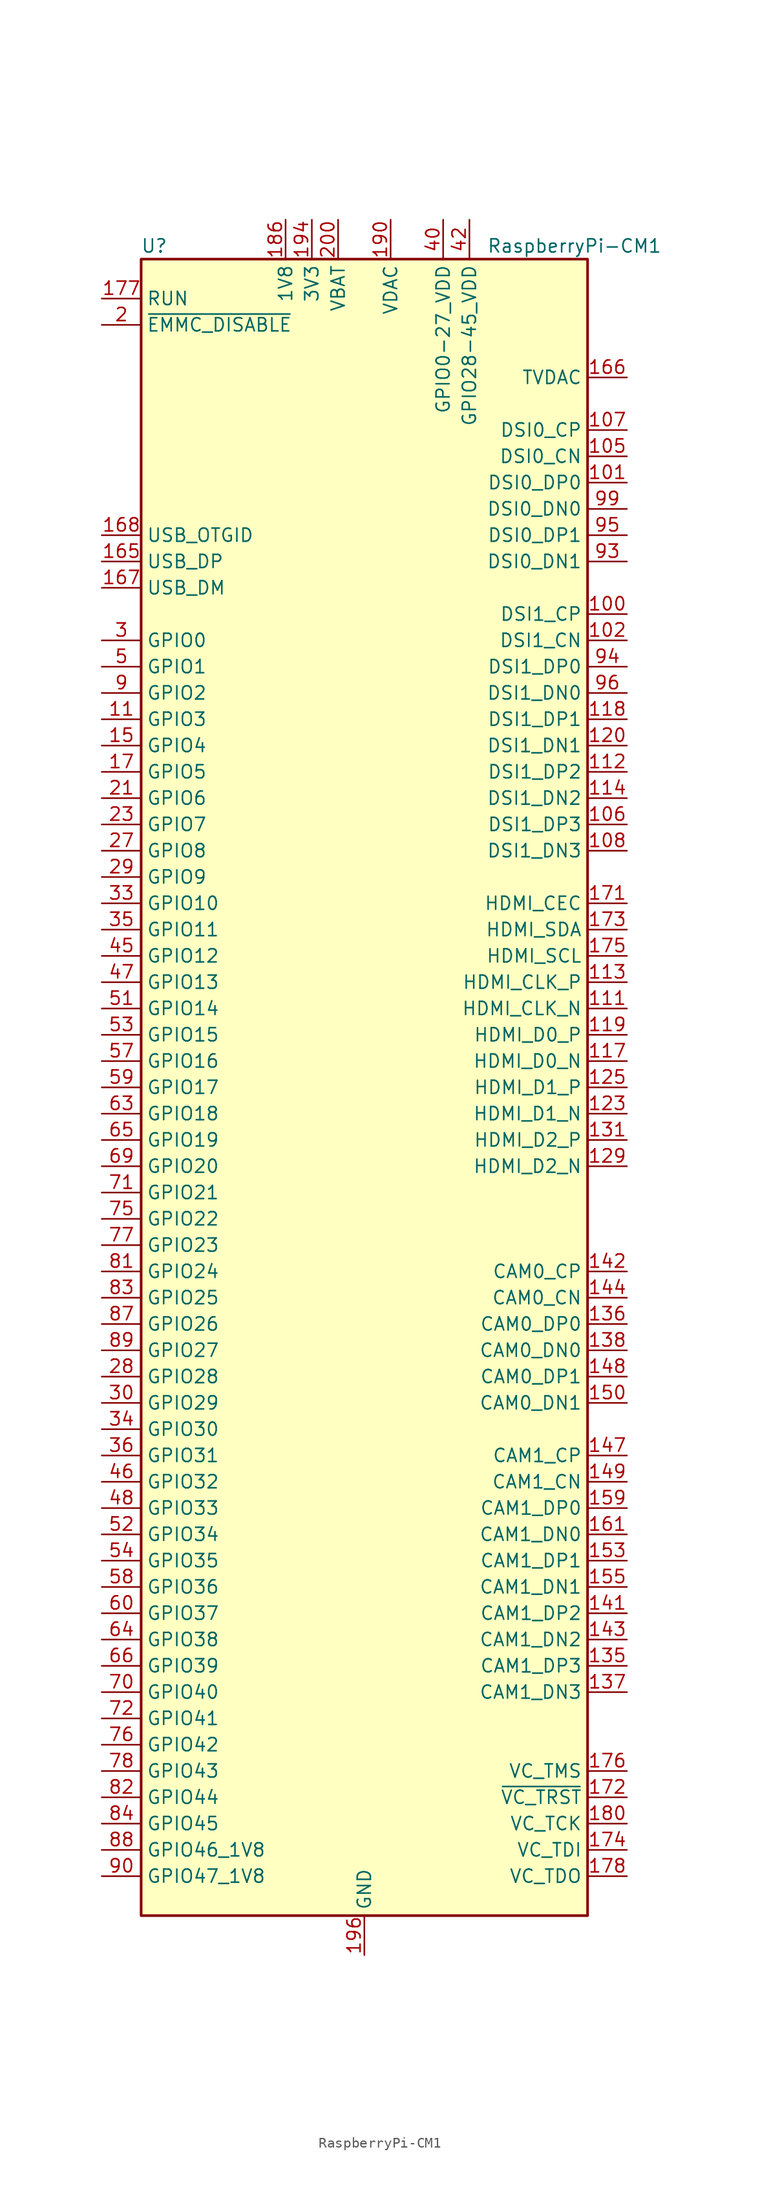
<source format=kicad_sym>
(kicad_symbol_lib
  (version 20200908)
  (generator kicad_symbol_editor)
  (symbol "MCU_Module:RaspberryPi-CM1"
    (property "Reference" "U"
      (at -20.32 81.28 0)
      (effects (font (size 1.27 1.27))))
    (property "Value" "RaspberryPi-CM1"
      (at 20.32 81.28 0)
      (effects (font (size 1.27 1.27))))
    (symbol "RaspberryPi-CM1_0_1"
      (rectangle (start -21.59 80.01) (end 21.59 -80.01) (stroke (width 0.254)) (fill (type background))))
    (symbol "RaspberryPi-CM1_1_1"
      (pin passive line (at 0 -83.82 90) (length 3.81) hide (name "GND" (effects (font (size 1.27 1.27)))) (number "1" (effects (font (size 1.27 1.27)))))
      (pin unconnected line (at -20.32 71.12 0) (length 2.54) hide (name "NC" (effects (font (size 1.27 1.27)))) (number "10" (effects (font (size 1.27 1.27)))))
      (pin output line (at 25.4 45.72 180) (length 3.81) (name "DSI1_CP" (effects (font (size 1.27 1.27)))) (number "100" (effects (font (size 1.27 1.27)))))
      (pin output line (at 25.4 58.42 180) (length 3.81) (name "DSI0_DP0" (effects (font (size 1.27 1.27)))) (number "101" (effects (font (size 1.27 1.27)))))
      (pin output line (at 25.4 43.18 180) (length 3.81) (name "DSI1_CN" (effects (font (size 1.27 1.27)))) (number "102" (effects (font (size 1.27 1.27)))))
      (pin passive line (at 0 -83.82 90) (length 3.81) hide (name "GND" (effects (font (size 1.27 1.27)))) (number "103" (effects (font (size 1.27 1.27)))))
      (pin passive line (at 0 -83.82 90) (length 3.81) hide (name "GND" (effects (font (size 1.27 1.27)))) (number "104" (effects (font (size 1.27 1.27)))))
      (pin output line (at 25.4 60.96 180) (length 3.81) (name "DSI0_CN" (effects (font (size 1.27 1.27)))) (number "105" (effects (font (size 1.27 1.27)))))
      (pin output line (at 25.4 25.4 180) (length 3.81) (name "DSI1_DP3" (effects (font (size 1.27 1.27)))) (number "106" (effects (font (size 1.27 1.27)))))
      (pin output line (at 25.4 63.5 180) (length 3.81) (name "DSI0_CP" (effects (font (size 1.27 1.27)))) (number "107" (effects (font (size 1.27 1.27)))))
      (pin output line (at 25.4 22.86 180) (length 3.81) (name "DSI1_DN3" (effects (font (size 1.27 1.27)))) (number "108" (effects (font (size 1.27 1.27)))))
      (pin passive line (at 0 -83.82 90) (length 3.81) hide (name "GND" (effects (font (size 1.27 1.27)))) (number "109" (effects (font (size 1.27 1.27)))))
      (pin bidirectional line (at -25.4 35.56 0) (length 3.81) (name "GPIO3" (effects (font (size 1.27 1.27)))) (number "11" (effects (font (size 1.27 1.27)))))
      (pin passive line (at 0 -83.82 90) (length 3.81) hide (name "GND" (effects (font (size 1.27 1.27)))) (number "110" (effects (font (size 1.27 1.27)))))
      (pin output line (at 25.4 7.62 180) (length 3.81) (name "HDMI_CLK_N" (effects (font (size 1.27 1.27)))) (number "111" (effects (font (size 1.27 1.27)))))
      (pin output line (at 25.4 30.48 180) (length 3.81) (name "DSI1_DP2" (effects (font (size 1.27 1.27)))) (number "112" (effects (font (size 1.27 1.27)))))
      (pin output line (at 25.4 10.16 180) (length 3.81) (name "HDMI_CLK_P" (effects (font (size 1.27 1.27)))) (number "113" (effects (font (size 1.27 1.27)))))
      (pin output line (at 25.4 27.94 180) (length 3.81) (name "DSI1_DN2" (effects (font (size 1.27 1.27)))) (number "114" (effects (font (size 1.27 1.27)))))
      (pin passive line (at 0 -83.82 90) (length 3.81) hide (name "GND" (effects (font (size 1.27 1.27)))) (number "115" (effects (font (size 1.27 1.27)))))
      (pin passive line (at 0 -83.82 90) (length 3.81) hide (name "GND" (effects (font (size 1.27 1.27)))) (number "116" (effects (font (size 1.27 1.27)))))
      (pin output line (at 25.4 2.54 180) (length 3.81) (name "HDMI_D0_N" (effects (font (size 1.27 1.27)))) (number "117" (effects (font (size 1.27 1.27)))))
      (pin output line (at 25.4 35.56 180) (length 3.81) (name "DSI1_DP1" (effects (font (size 1.27 1.27)))) (number "118" (effects (font (size 1.27 1.27)))))
      (pin output line (at 25.4 5.08 180) (length 3.81) (name "HDMI_D0_P" (effects (font (size 1.27 1.27)))) (number "119" (effects (font (size 1.27 1.27)))))
      (pin unconnected line (at -20.32 68.58 0) (length 2.54) hide (name "NC" (effects (font (size 1.27 1.27)))) (number "12" (effects (font (size 1.27 1.27)))))
      (pin output line (at 25.4 33.02 180) (length 3.81) (name "DSI1_DN1" (effects (font (size 1.27 1.27)))) (number "120" (effects (font (size 1.27 1.27)))))
      (pin passive line (at 0 -83.82 90) (length 3.81) hide (name "GND" (effects (font (size 1.27 1.27)))) (number "121" (effects (font (size 1.27 1.27)))))
      (pin passive line (at 0 -83.82 90) (length 3.81) hide (name "GND" (effects (font (size 1.27 1.27)))) (number "122" (effects (font (size 1.27 1.27)))))
      (pin output line (at 25.4 -2.54 180) (length 3.81) (name "HDMI_D1_N" (effects (font (size 1.27 1.27)))) (number "123" (effects (font (size 1.27 1.27)))))
      (pin unconnected line (at 20.32 76.2 180) (length 2.54) hide (name "NC" (effects (font (size 1.27 1.27)))) (number "124" (effects (font (size 1.27 1.27)))))
      (pin output line (at 25.4 0 180) (length 3.81) (name "HDMI_D1_P" (effects (font (size 1.27 1.27)))) (number "125" (effects (font (size 1.27 1.27)))))
      (pin unconnected line (at 20.32 73.66 180) (length 2.54) hide (name "NC" (effects (font (size 1.27 1.27)))) (number "126" (effects (font (size 1.27 1.27)))))
      (pin passive line (at 0 -83.82 90) (length 3.81) hide (name "GND" (effects (font (size 1.27 1.27)))) (number "127" (effects (font (size 1.27 1.27)))))
      (pin unconnected line (at 20.32 71.12 180) (length 2.54) hide (name "NC" (effects (font (size 1.27 1.27)))) (number "128" (effects (font (size 1.27 1.27)))))
      (pin output line (at 25.4 -7.62 180) (length 3.81) (name "HDMI_D2_N" (effects (font (size 1.27 1.27)))) (number "129" (effects (font (size 1.27 1.27)))))
      (pin passive line (at 0 -83.82 90) (length 3.81) hide (name "GND" (effects (font (size 1.27 1.27)))) (number "13" (effects (font (size 1.27 1.27)))))
      (pin unconnected line (at 20.32 66.04 180) (length 2.54) hide (name "NC" (effects (font (size 1.27 1.27)))) (number "130" (effects (font (size 1.27 1.27)))))
      (pin output line (at 25.4 -5.08 180) (length 3.81) (name "HDMI_D2_P" (effects (font (size 1.27 1.27)))) (number "131" (effects (font (size 1.27 1.27)))))
      (pin unconnected line (at 20.32 48.26 180) (length 2.54) hide (name "NC" (effects (font (size 1.27 1.27)))) (number "132" (effects (font (size 1.27 1.27)))))
      (pin passive line (at 0 -83.82 90) (length 3.81) hide (name "GND" (effects (font (size 1.27 1.27)))) (number "133" (effects (font (size 1.27 1.27)))))
      (pin passive line (at 0 -83.82 90) (length 3.81) hide (name "GND" (effects (font (size 1.27 1.27)))) (number "134" (effects (font (size 1.27 1.27)))))
      (pin input line (at 25.4 -55.88 180) (length 3.81) (name "CAM1_DP3" (effects (font (size 1.27 1.27)))) (number "135" (effects (font (size 1.27 1.27)))))
      (pin input line (at 25.4 -22.86 180) (length 3.81) (name "CAM0_DP0" (effects (font (size 1.27 1.27)))) (number "136" (effects (font (size 1.27 1.27)))))
      (pin input line (at 25.4 -58.42 180) (length 3.81) (name "CAM1_DN3" (effects (font (size 1.27 1.27)))) (number "137" (effects (font (size 1.27 1.27)))))
      (pin input line (at 25.4 -25.4 180) (length 3.81) (name "CAM0_DN0" (effects (font (size 1.27 1.27)))) (number "138" (effects (font (size 1.27 1.27)))))
      (pin passive line (at 0 -83.82 90) (length 3.81) hide (name "GND" (effects (font (size 1.27 1.27)))) (number "139" (effects (font (size 1.27 1.27)))))
      (pin unconnected line (at 5.08 -78.74 90) (length 2.54) hide (name "NC" (effects (font (size 1.27 1.27)))) (number "14" (effects (font (size 1.27 1.27)))))
      (pin passive line (at 0 -83.82 90) (length 3.81) hide (name "GND" (effects (font (size 1.27 1.27)))) (number "140" (effects (font (size 1.27 1.27)))))
      (pin input line (at 25.4 -50.8 180) (length 3.81) (name "CAM1_DP2" (effects (font (size 1.27 1.27)))) (number "141" (effects (font (size 1.27 1.27)))))
      (pin input line (at 25.4 -17.78 180) (length 3.81) (name "CAM0_CP" (effects (font (size 1.27 1.27)))) (number "142" (effects (font (size 1.27 1.27)))))
      (pin input line (at 25.4 -53.34 180) (length 3.81) (name "CAM1_DN2" (effects (font (size 1.27 1.27)))) (number "143" (effects (font (size 1.27 1.27)))))
      (pin input line (at 25.4 -20.32 180) (length 3.81) (name "CAM0_CN" (effects (font (size 1.27 1.27)))) (number "144" (effects (font (size 1.27 1.27)))))
      (pin passive line (at 0 -83.82 90) (length 3.81) hide (name "GND" (effects (font (size 1.27 1.27)))) (number "145" (effects (font (size 1.27 1.27)))))
      (pin passive line (at 0 -83.82 90) (length 3.81) hide (name "GND" (effects (font (size 1.27 1.27)))) (number "146" (effects (font (size 1.27 1.27)))))
      (pin input line (at 25.4 -35.56 180) (length 3.81) (name "CAM1_CP" (effects (font (size 1.27 1.27)))) (number "147" (effects (font (size 1.27 1.27)))))
      (pin input line (at 25.4 -27.94 180) (length 3.81) (name "CAM0_DP1" (effects (font (size 1.27 1.27)))) (number "148" (effects (font (size 1.27 1.27)))))
      (pin input line (at 25.4 -38.1 180) (length 3.81) (name "CAM1_CN" (effects (font (size 1.27 1.27)))) (number "149" (effects (font (size 1.27 1.27)))))
      (pin bidirectional line (at -25.4 33.02 0) (length 3.81) (name "GPIO4" (effects (font (size 1.27 1.27)))) (number "15" (effects (font (size 1.27 1.27)))))
      (pin input line (at 25.4 -30.48 180) (length 3.81) (name "CAM0_DN1" (effects (font (size 1.27 1.27)))) (number "150" (effects (font (size 1.27 1.27)))))
      (pin passive line (at 0 -83.82 90) (length 3.81) hide (name "GND" (effects (font (size 1.27 1.27)))) (number "151" (effects (font (size 1.27 1.27)))))
      (pin passive line (at 0 -83.82 90) (length 3.81) hide (name "GND" (effects (font (size 1.27 1.27)))) (number "152" (effects (font (size 1.27 1.27)))))
      (pin input line (at 25.4 -45.72 180) (length 3.81) (name "CAM1_DP1" (effects (font (size 1.27 1.27)))) (number "153" (effects (font (size 1.27 1.27)))))
      (pin unconnected line (at 20.32 -15.24 180) (length 2.54) hide (name "NC" (effects (font (size 1.27 1.27)))) (number "154" (effects (font (size 1.27 1.27)))))
      (pin input line (at 25.4 -48.26 180) (length 3.81) (name "CAM1_DN1" (effects (font (size 1.27 1.27)))) (number "155" (effects (font (size 1.27 1.27)))))
      (pin unconnected line (at 20.32 -12.7 180) (length 2.54) hide (name "NC" (effects (font (size 1.27 1.27)))) (number "156" (effects (font (size 1.27 1.27)))))
      (pin passive line (at 0 -83.82 90) (length 3.81) hide (name "GND" (effects (font (size 1.27 1.27)))) (number "157" (effects (font (size 1.27 1.27)))))
      (pin unconnected line (at 20.32 20.32 180) (length 2.54) hide (name "NC" (effects (font (size 1.27 1.27)))) (number "158" (effects (font (size 1.27 1.27)))))
      (pin input line (at 25.4 -40.64 180) (length 3.81) (name "CAM1_DP0" (effects (font (size 1.27 1.27)))) (number "159" (effects (font (size 1.27 1.27)))))
      (pin unconnected line (at -20.32 66.04 0) (length 2.54) hide (name "NC" (effects (font (size 1.27 1.27)))) (number "16" (effects (font (size 1.27 1.27)))))
      (pin unconnected line (at 20.32 -60.96 180) (length 2.54) hide (name "NC" (effects (font (size 1.27 1.27)))) (number "160" (effects (font (size 1.27 1.27)))))
      (pin input line (at 25.4 -43.18 180) (length 3.81) (name "CAM1_DN0" (effects (font (size 1.27 1.27)))) (number "161" (effects (font (size 1.27 1.27)))))
      (pin unconnected line (at 20.32 -63.5 180) (length 2.54) hide (name "NC" (effects (font (size 1.27 1.27)))) (number "162" (effects (font (size 1.27 1.27)))))
      (pin passive line (at 0 -83.82 90) (length 3.81) hide (name "GND" (effects (font (size 1.27 1.27)))) (number "163" (effects (font (size 1.27 1.27)))))
      (pin passive line (at 0 -83.82 90) (length 3.81) hide (name "GND" (effects (font (size 1.27 1.27)))) (number "164" (effects (font (size 1.27 1.27)))))
      (pin bidirectional line (at -25.4 50.8 0) (length 3.81) (name "USB_DP" (effects (font (size 1.27 1.27)))) (number "165" (effects (font (size 1.27 1.27)))))
      (pin output line (at 25.4 68.58 180) (length 3.81) (name "TVDAC" (effects (font (size 1.27 1.27)))) (number "166" (effects (font (size 1.27 1.27)))))
      (pin bidirectional line (at -25.4 48.26 0) (length 3.81) (name "USB_DM" (effects (font (size 1.27 1.27)))) (number "167" (effects (font (size 1.27 1.27)))))
      (pin passive line (at -25.4 53.34 0) (length 3.81) (name "USB_OTGID" (effects (font (size 1.27 1.27)))) (number "168" (effects (font (size 1.27 1.27)))))
      (pin passive line (at 0 -83.82 90) (length 3.81) hide (name "GND" (effects (font (size 1.27 1.27)))) (number "169" (effects (font (size 1.27 1.27)))))
      (pin bidirectional line (at -25.4 30.48 0) (length 3.81) (name "GPIO5" (effects (font (size 1.27 1.27)))) (number "17" (effects (font (size 1.27 1.27)))))
      (pin passive line (at 0 -83.82 90) (length 3.81) hide (name "GND" (effects (font (size 1.27 1.27)))) (number "170" (effects (font (size 1.27 1.27)))))
      (pin bidirectional line (at 25.4 17.78 180) (length 3.81) (name "HDMI_CEC" (effects (font (size 1.27 1.27)))) (number "171" (effects (font (size 1.27 1.27)))))
      (pin input line (at 25.4 -68.58 180) (length 3.81) (name "~VC_TRST" (effects (font (size 1.27 1.27)))) (number "172" (effects (font (size 1.27 1.27)))))
      (pin bidirectional line (at 25.4 15.24 180) (length 3.81) (name "HDMI_SDA" (effects (font (size 1.27 1.27)))) (number "173" (effects (font (size 1.27 1.27)))))
      (pin input line (at 25.4 -73.66 180) (length 3.81) (name "VC_TDI" (effects (font (size 1.27 1.27)))) (number "174" (effects (font (size 1.27 1.27)))))
      (pin bidirectional line (at 25.4 12.7 180) (length 3.81) (name "HDMI_SCL" (effects (font (size 1.27 1.27)))) (number "175" (effects (font (size 1.27 1.27)))))
      (pin input line (at 25.4 -66.04 180) (length 3.81) (name "VC_TMS" (effects (font (size 1.27 1.27)))) (number "176" (effects (font (size 1.27 1.27)))))
      (pin input line (at -25.4 76.2 0) (length 3.81) (name "RUN" (effects (font (size 1.27 1.27)))) (number "177" (effects (font (size 1.27 1.27)))))
      (pin output line (at 25.4 -76.2 180) (length 3.81) (name "VC_TDO" (effects (font (size 1.27 1.27)))) (number "178" (effects (font (size 1.27 1.27)))))
      (pin unconnected line (at 0 78.74 270) (length 2.54) hide (name "VDD_CORE_(DO_NOT_CONNECT)" (effects (font (size 1.27 1.27)))) (number "179" (effects (font (size 1.27 1.27)))))
      (pin unconnected line (at -20.32 63.5 0) (length 2.54) hide (name "NC" (effects (font (size 1.27 1.27)))) (number "18" (effects (font (size 1.27 1.27)))))
      (pin input line (at 25.4 -71.12 180) (length 3.81) (name "VC_TCK" (effects (font (size 1.27 1.27)))) (number "180" (effects (font (size 1.27 1.27)))))
      (pin passive line (at 0 -83.82 90) (length 3.81) hide (name "GND" (effects (font (size 1.27 1.27)))) (number "181" (effects (font (size 1.27 1.27)))))
      (pin passive line (at 0 -83.82 90) (length 3.81) hide (name "GND" (effects (font (size 1.27 1.27)))) (number "182" (effects (font (size 1.27 1.27)))))
      (pin passive line (at -7.62 83.82 270) (length 3.81) hide (name "1V8" (effects (font (size 1.27 1.27)))) (number "183" (effects (font (size 1.27 1.27)))))
      (pin passive line (at -7.62 83.82 270) (length 3.81) hide (name "1V8" (effects (font (size 1.27 1.27)))) (number "184" (effects (font (size 1.27 1.27)))))
      (pin passive line (at -7.62 83.82 270) (length 3.81) hide (name "1V8" (effects (font (size 1.27 1.27)))) (number "185" (effects (font (size 1.27 1.27)))))
      (pin power_in line (at -7.62 83.82 270) (length 3.81) (name "1V8" (effects (font (size 1.27 1.27)))) (number "186" (effects (font (size 1.27 1.27)))))
      (pin passive line (at 0 -83.82 90) (length 3.81) hide (name "GND" (effects (font (size 1.27 1.27)))) (number "187" (effects (font (size 1.27 1.27)))))
      (pin passive line (at 0 -83.82 90) (length 3.81) hide (name "GND" (effects (font (size 1.27 1.27)))) (number "188" (effects (font (size 1.27 1.27)))))
      (pin passive line (at 2.54 83.82 270) (length 3.81) hide (name "VDAC" (effects (font (size 1.27 1.27)))) (number "189" (effects (font (size 1.27 1.27)))))
      (pin passive line (at 0 -83.82 90) (length 3.81) hide (name "GND" (effects (font (size 1.27 1.27)))) (number "19" (effects (font (size 1.27 1.27)))))
      (pin power_in line (at 2.54 83.82 270) (length 3.81) (name "VDAC" (effects (font (size 1.27 1.27)))) (number "190" (effects (font (size 1.27 1.27)))))
      (pin passive line (at -5.08 83.82 270) (length 3.81) hide (name "3V3" (effects (font (size 1.27 1.27)))) (number "191" (effects (font (size 1.27 1.27)))))
      (pin passive line (at -5.08 83.82 270) (length 3.81) hide (name "3V3" (effects (font (size 1.27 1.27)))) (number "192" (effects (font (size 1.27 1.27)))))
      (pin passive line (at -5.08 83.82 270) (length 3.81) hide (name "3V3" (effects (font (size 1.27 1.27)))) (number "193" (effects (font (size 1.27 1.27)))))
      (pin power_in line (at -5.08 83.82 270) (length 3.81) (name "3V3" (effects (font (size 1.27 1.27)))) (number "194" (effects (font (size 1.27 1.27)))))
      (pin passive line (at 0 -83.82 90) (length 3.81) hide (name "GND" (effects (font (size 1.27 1.27)))) (number "195" (effects (font (size 1.27 1.27)))))
      (pin power_out line (at 0 -83.82 90) (length 3.81) (name "GND" (effects (font (size 1.27 1.27)))) (number "196" (effects (font (size 1.27 1.27)))))
      (pin passive line (at -2.54 83.82 270) (length 3.81) hide (name "VBAT" (effects (font (size 1.27 1.27)))) (number "197" (effects (font (size 1.27 1.27)))))
      (pin passive line (at -2.54 83.82 270) (length 3.81) hide (name "VBAT" (effects (font (size 1.27 1.27)))) (number "198" (effects (font (size 1.27 1.27)))))
      (pin passive line (at -2.54 83.82 270) (length 3.81) hide (name "VBAT" (effects (font (size 1.27 1.27)))) (number "199" (effects (font (size 1.27 1.27)))))
      (pin input line (at -25.4 73.66 0) (length 3.81) (name "~EMMC_DISABLE" (effects (font (size 1.27 1.27)))) (number "2" (effects (font (size 1.27 1.27)))))
      (pin unconnected line (at 7.62 -78.74 90) (length 2.54) hide (name "NC" (effects (font (size 1.27 1.27)))) (number "20" (effects (font (size 1.27 1.27)))))
      (pin power_in line (at -2.54 83.82 270) (length 3.81) (name "VBAT" (effects (font (size 1.27 1.27)))) (number "200" (effects (font (size 1.27 1.27)))))
      (pin bidirectional line (at -25.4 27.94 0) (length 3.81) (name "GPIO6" (effects (font (size 1.27 1.27)))) (number "21" (effects (font (size 1.27 1.27)))))
      (pin unconnected line (at -20.32 60.96 0) (length 2.54) hide (name "NC" (effects (font (size 1.27 1.27)))) (number "22" (effects (font (size 1.27 1.27)))))
      (pin bidirectional line (at -25.4 25.4 0) (length 3.81) (name "GPIO7" (effects (font (size 1.27 1.27)))) (number "23" (effects (font (size 1.27 1.27)))))
      (pin unconnected line (at -20.32 58.42 0) (length 2.54) hide (name "NC" (effects (font (size 1.27 1.27)))) (number "24" (effects (font (size 1.27 1.27)))))
      (pin passive line (at 0 -83.82 90) (length 3.81) hide (name "GND" (effects (font (size 1.27 1.27)))) (number "25" (effects (font (size 1.27 1.27)))))
      (pin passive line (at 0 -83.82 90) (length 3.81) hide (name "GND" (effects (font (size 1.27 1.27)))) (number "26" (effects (font (size 1.27 1.27)))))
      (pin bidirectional line (at -25.4 22.86 0) (length 3.81) (name "GPIO8" (effects (font (size 1.27 1.27)))) (number "27" (effects (font (size 1.27 1.27)))))
      (pin bidirectional line (at -25.4 -27.94 0) (length 3.81) (name "GPIO28" (effects (font (size 1.27 1.27)))) (number "28" (effects (font (size 1.27 1.27)))))
      (pin bidirectional line (at -25.4 20.32 0) (length 3.81) (name "GPIO9" (effects (font (size 1.27 1.27)))) (number "29" (effects (font (size 1.27 1.27)))))
      (pin bidirectional line (at -25.4 43.18 0) (length 3.81) (name "GPIO0" (effects (font (size 1.27 1.27)))) (number "3" (effects (font (size 1.27 1.27)))))
      (pin bidirectional line (at -25.4 -30.48 0) (length 3.81) (name "GPIO29" (effects (font (size 1.27 1.27)))) (number "30" (effects (font (size 1.27 1.27)))))
      (pin passive line (at 0 -83.82 90) (length 3.81) hide (name "GND" (effects (font (size 1.27 1.27)))) (number "31" (effects (font (size 1.27 1.27)))))
      (pin passive line (at 0 -83.82 90) (length 3.81) hide (name "GND" (effects (font (size 1.27 1.27)))) (number "32" (effects (font (size 1.27 1.27)))))
      (pin bidirectional line (at -25.4 17.78 0) (length 3.81) (name "GPIO10" (effects (font (size 1.27 1.27)))) (number "33" (effects (font (size 1.27 1.27)))))
      (pin bidirectional line (at -25.4 -33.02 0) (length 3.81) (name "GPIO30" (effects (font (size 1.27 1.27)))) (number "34" (effects (font (size 1.27 1.27)))))
      (pin bidirectional line (at -25.4 15.24 0) (length 3.81) (name "GPIO11" (effects (font (size 1.27 1.27)))) (number "35" (effects (font (size 1.27 1.27)))))
      (pin bidirectional line (at -25.4 -35.56 0) (length 3.81) (name "GPIO31" (effects (font (size 1.27 1.27)))) (number "36" (effects (font (size 1.27 1.27)))))
      (pin passive line (at 0 -83.82 90) (length 3.81) hide (name "GND" (effects (font (size 1.27 1.27)))) (number "37" (effects (font (size 1.27 1.27)))))
      (pin passive line (at 0 -83.82 90) (length 3.81) hide (name "GND" (effects (font (size 1.27 1.27)))) (number "38" (effects (font (size 1.27 1.27)))))
      (pin passive line (at 7.62 83.82 270) (length 3.81) hide (name "GPIO0-27_VDD" (effects (font (size 1.27 1.27)))) (number "39" (effects (font (size 1.27 1.27)))))
      (pin unconnected line (at 5.08 78.74 270) (length 2.54) hide (name "NC" (effects (font (size 1.27 1.27)))) (number "4" (effects (font (size 1.27 1.27)))))
      (pin power_in line (at 7.62 83.82 270) (length 3.81) (name "GPIO0-27_VDD" (effects (font (size 1.27 1.27)))) (number "40" (effects (font (size 1.27 1.27)))))
      (pin passive line (at 10.16 83.82 270) (length 3.81) hide (name "GPIO28-45_VDD" (effects (font (size 1.27 1.27)))) (number "41" (effects (font (size 1.27 1.27)))))
      (pin power_in line (at 10.16 83.82 270) (length 3.81) (name "GPIO28-45_VDD" (effects (font (size 1.27 1.27)))) (number "42" (effects (font (size 1.27 1.27)))))
      (pin passive line (at 0 -83.82 90) (length 3.81) hide (name "GND" (effects (font (size 1.27 1.27)))) (number "43" (effects (font (size 1.27 1.27)))))
      (pin passive line (at 0 -83.82 90) (length 3.81) hide (name "GND" (effects (font (size 1.27 1.27)))) (number "44" (effects (font (size 1.27 1.27)))))
      (pin bidirectional line (at -25.4 12.7 0) (length 3.81) (name "GPIO12" (effects (font (size 1.27 1.27)))) (number "45" (effects (font (size 1.27 1.27)))))
      (pin bidirectional line (at -25.4 -38.1 0) (length 3.81) (name "GPIO32" (effects (font (size 1.27 1.27)))) (number "46" (effects (font (size 1.27 1.27)))))
      (pin bidirectional line (at -25.4 10.16 0) (length 3.81) (name "GPIO13" (effects (font (size 1.27 1.27)))) (number "47" (effects (font (size 1.27 1.27)))))
      (pin bidirectional line (at -25.4 -40.64 0) (length 3.81) (name "GPIO33" (effects (font (size 1.27 1.27)))) (number "48" (effects (font (size 1.27 1.27)))))
      (pin passive line (at 0 -83.82 90) (length 3.81) hide (name "GND" (effects (font (size 1.27 1.27)))) (number "49" (effects (font (size 1.27 1.27)))))
      (pin bidirectional line (at -25.4 40.64 0) (length 3.81) (name "GPIO1" (effects (font (size 1.27 1.27)))) (number "5" (effects (font (size 1.27 1.27)))))
      (pin passive line (at 0 -83.82 90) (length 3.81) hide (name "GND" (effects (font (size 1.27 1.27)))) (number "50" (effects (font (size 1.27 1.27)))))
      (pin bidirectional line (at -25.4 7.62 0) (length 3.81) (name "GPIO14" (effects (font (size 1.27 1.27)))) (number "51" (effects (font (size 1.27 1.27)))))
      (pin bidirectional line (at -25.4 -43.18 0) (length 3.81) (name "GPIO34" (effects (font (size 1.27 1.27)))) (number "52" (effects (font (size 1.27 1.27)))))
      (pin bidirectional line (at -25.4 5.08 0) (length 3.81) (name "GPIO15" (effects (font (size 1.27 1.27)))) (number "53" (effects (font (size 1.27 1.27)))))
      (pin bidirectional line (at -25.4 -45.72 0) (length 3.81) (name "GPIO35" (effects (font (size 1.27 1.27)))) (number "54" (effects (font (size 1.27 1.27)))))
      (pin passive line (at 0 -83.82 90) (length 3.81) hide (name "GND" (effects (font (size 1.27 1.27)))) (number "55" (effects (font (size 1.27 1.27)))))
      (pin passive line (at 0 -83.82 90) (length 3.81) hide (name "GND" (effects (font (size 1.27 1.27)))) (number "56" (effects (font (size 1.27 1.27)))))
      (pin bidirectional line (at -25.4 2.54 0) (length 3.81) (name "GPIO16" (effects (font (size 1.27 1.27)))) (number "57" (effects (font (size 1.27 1.27)))))
      (pin bidirectional line (at -25.4 -48.26 0) (length 3.81) (name "GPIO36" (effects (font (size 1.27 1.27)))) (number "58" (effects (font (size 1.27 1.27)))))
      (pin bidirectional line (at -25.4 0 0) (length 3.81) (name "GPIO17" (effects (font (size 1.27 1.27)))) (number "59" (effects (font (size 1.27 1.27)))))
      (pin unconnected line (at 12.7 78.74 270) (length 2.54) hide (name "NC" (effects (font (size 1.27 1.27)))) (number "6" (effects (font (size 1.27 1.27)))))
      (pin bidirectional line (at -25.4 -50.8 0) (length 3.81) (name "GPIO37" (effects (font (size 1.27 1.27)))) (number "60" (effects (font (size 1.27 1.27)))))
      (pin passive line (at 0 -83.82 90) (length 3.81) hide (name "GND" (effects (font (size 1.27 1.27)))) (number "61" (effects (font (size 1.27 1.27)))))
      (pin passive line (at 0 -83.82 90) (length 3.81) hide (name "GND" (effects (font (size 1.27 1.27)))) (number "62" (effects (font (size 1.27 1.27)))))
      (pin bidirectional line (at -25.4 -2.54 0) (length 3.81) (name "GPIO18" (effects (font (size 1.27 1.27)))) (number "63" (effects (font (size 1.27 1.27)))))
      (pin bidirectional line (at -25.4 -53.34 0) (length 3.81) (name "GPIO38" (effects (font (size 1.27 1.27)))) (number "64" (effects (font (size 1.27 1.27)))))
      (pin bidirectional line (at -25.4 -5.08 0) (length 3.81) (name "GPIO19" (effects (font (size 1.27 1.27)))) (number "65" (effects (font (size 1.27 1.27)))))
      (pin bidirectional line (at -25.4 -55.88 0) (length 3.81) (name "GPIO39" (effects (font (size 1.27 1.27)))) (number "66" (effects (font (size 1.27 1.27)))))
      (pin passive line (at 0 -83.82 90) (length 3.81) hide (name "GND" (effects (font (size 1.27 1.27)))) (number "67" (effects (font (size 1.27 1.27)))))
      (pin passive line (at 0 -83.82 90) (length 3.81) hide (name "GND" (effects (font (size 1.27 1.27)))) (number "68" (effects (font (size 1.27 1.27)))))
      (pin bidirectional line (at -25.4 -7.62 0) (length 3.81) (name "GPIO20" (effects (font (size 1.27 1.27)))) (number "69" (effects (font (size 1.27 1.27)))))
      (pin passive line (at 0 -83.82 90) (length 3.81) hide (name "GND" (effects (font (size 1.27 1.27)))) (number "7" (effects (font (size 1.27 1.27)))))
      (pin bidirectional line (at -25.4 -58.42 0) (length 3.81) (name "GPIO40" (effects (font (size 1.27 1.27)))) (number "70" (effects (font (size 1.27 1.27)))))
      (pin bidirectional line (at -25.4 -10.16 0) (length 3.81) (name "GPIO21" (effects (font (size 1.27 1.27)))) (number "71" (effects (font (size 1.27 1.27)))))
      (pin bidirectional line (at -25.4 -60.96 0) (length 3.81) (name "GPIO41" (effects (font (size 1.27 1.27)))) (number "72" (effects (font (size 1.27 1.27)))))
      (pin passive line (at 0 -83.82 90) (length 3.81) hide (name "GND" (effects (font (size 1.27 1.27)))) (number "73" (effects (font (size 1.27 1.27)))))
      (pin passive line (at 0 -83.82 90) (length 3.81) hide (name "GND" (effects (font (size 1.27 1.27)))) (number "74" (effects (font (size 1.27 1.27)))))
      (pin bidirectional line (at -25.4 -12.7 0) (length 3.81) (name "GPIO22" (effects (font (size 1.27 1.27)))) (number "75" (effects (font (size 1.27 1.27)))))
      (pin bidirectional line (at -25.4 -63.5 0) (length 3.81) (name "GPIO42" (effects (font (size 1.27 1.27)))) (number "76" (effects (font (size 1.27 1.27)))))
      (pin bidirectional line (at -25.4 -15.24 0) (length 3.81) (name "GPIO23" (effects (font (size 1.27 1.27)))) (number "77" (effects (font (size 1.27 1.27)))))
      (pin bidirectional line (at -25.4 -66.04 0) (length 3.81) (name "GPIO43" (effects (font (size 1.27 1.27)))) (number "78" (effects (font (size 1.27 1.27)))))
      (pin passive line (at 0 -83.82 90) (length 3.81) hide (name "GND" (effects (font (size 1.27 1.27)))) (number "79" (effects (font (size 1.27 1.27)))))
      (pin unconnected line (at 2.54 -78.74 90) (length 2.54) hide (name "NC" (effects (font (size 1.27 1.27)))) (number "8" (effects (font (size 1.27 1.27)))))
      (pin passive line (at 0 -83.82 90) (length 3.81) hide (name "GND" (effects (font (size 1.27 1.27)))) (number "80" (effects (font (size 1.27 1.27)))))
      (pin bidirectional line (at -25.4 -17.78 0) (length 3.81) (name "GPIO24" (effects (font (size 1.27 1.27)))) (number "81" (effects (font (size 1.27 1.27)))))
      (pin bidirectional line (at -25.4 -68.58 0) (length 3.81) (name "GPIO44" (effects (font (size 1.27 1.27)))) (number "82" (effects (font (size 1.27 1.27)))))
      (pin bidirectional line (at -25.4 -20.32 0) (length 3.81) (name "GPIO25" (effects (font (size 1.27 1.27)))) (number "83" (effects (font (size 1.27 1.27)))))
      (pin bidirectional line (at -25.4 -71.12 0) (length 3.81) (name "GPIO45" (effects (font (size 1.27 1.27)))) (number "84" (effects (font (size 1.27 1.27)))))
      (pin passive line (at 0 -83.82 90) (length 3.81) hide (name "GND" (effects (font (size 1.27 1.27)))) (number "85" (effects (font (size 1.27 1.27)))))
      (pin passive line (at 0 -83.82 90) (length 3.81) hide (name "GND" (effects (font (size 1.27 1.27)))) (number "86" (effects (font (size 1.27 1.27)))))
      (pin bidirectional line (at -25.4 -22.86 0) (length 3.81) (name "GPIO26" (effects (font (size 1.27 1.27)))) (number "87" (effects (font (size 1.27 1.27)))))
      (pin bidirectional line (at -25.4 -73.66 0) (length 3.81) (name "GPIO46_1V8" (effects (font (size 1.27 1.27)))) (number "88" (effects (font (size 1.27 1.27)))))
      (pin bidirectional line (at -25.4 -25.4 0) (length 3.81) (name "GPIO27" (effects (font (size 1.27 1.27)))) (number "89" (effects (font (size 1.27 1.27)))))
      (pin bidirectional line (at -25.4 38.1 0) (length 3.81) (name "GPIO2" (effects (font (size 1.27 1.27)))) (number "9" (effects (font (size 1.27 1.27)))))
      (pin bidirectional line (at -25.4 -76.2 0) (length 3.81) (name "GPIO47_1V8" (effects (font (size 1.27 1.27)))) (number "90" (effects (font (size 1.27 1.27)))))
      (pin passive line (at 0 -83.82 90) (length 3.81) hide (name "GND" (effects (font (size 1.27 1.27)))) (number "91" (effects (font (size 1.27 1.27)))))
      (pin passive line (at 0 -83.82 90) (length 3.81) hide (name "GND" (effects (font (size 1.27 1.27)))) (number "92" (effects (font (size 1.27 1.27)))))
      (pin output line (at 25.4 50.8 180) (length 3.81) (name "DSI0_DN1" (effects (font (size 1.27 1.27)))) (number "93" (effects (font (size 1.27 1.27)))))
      (pin output line (at 25.4 40.64 180) (length 3.81) (name "DSI1_DP0" (effects (font (size 1.27 1.27)))) (number "94" (effects (font (size 1.27 1.27)))))
      (pin output line (at 25.4 53.34 180) (length 3.81) (name "DSI0_DP1" (effects (font (size 1.27 1.27)))) (number "95" (effects (font (size 1.27 1.27)))))
      (pin output line (at 25.4 38.1 180) (length 3.81) (name "DSI1_DN0" (effects (font (size 1.27 1.27)))) (number "96" (effects (font (size 1.27 1.27)))))
      (pin passive line (at 0 -83.82 90) (length 3.81) hide (name "GND" (effects (font (size 1.27 1.27)))) (number "97" (effects (font (size 1.27 1.27)))))
      (pin passive line (at 0 -83.82 90) (length 3.81) hide (name "GND" (effects (font (size 1.27 1.27)))) (number "98" (effects (font (size 1.27 1.27)))))
      (pin output line (at 25.4 55.88 180) (length 3.81) (name "DSI0_DN0" (effects (font (size 1.27 1.27)))) (number "99" (effects (font (size 1.27 1.27))))))))
</source>
